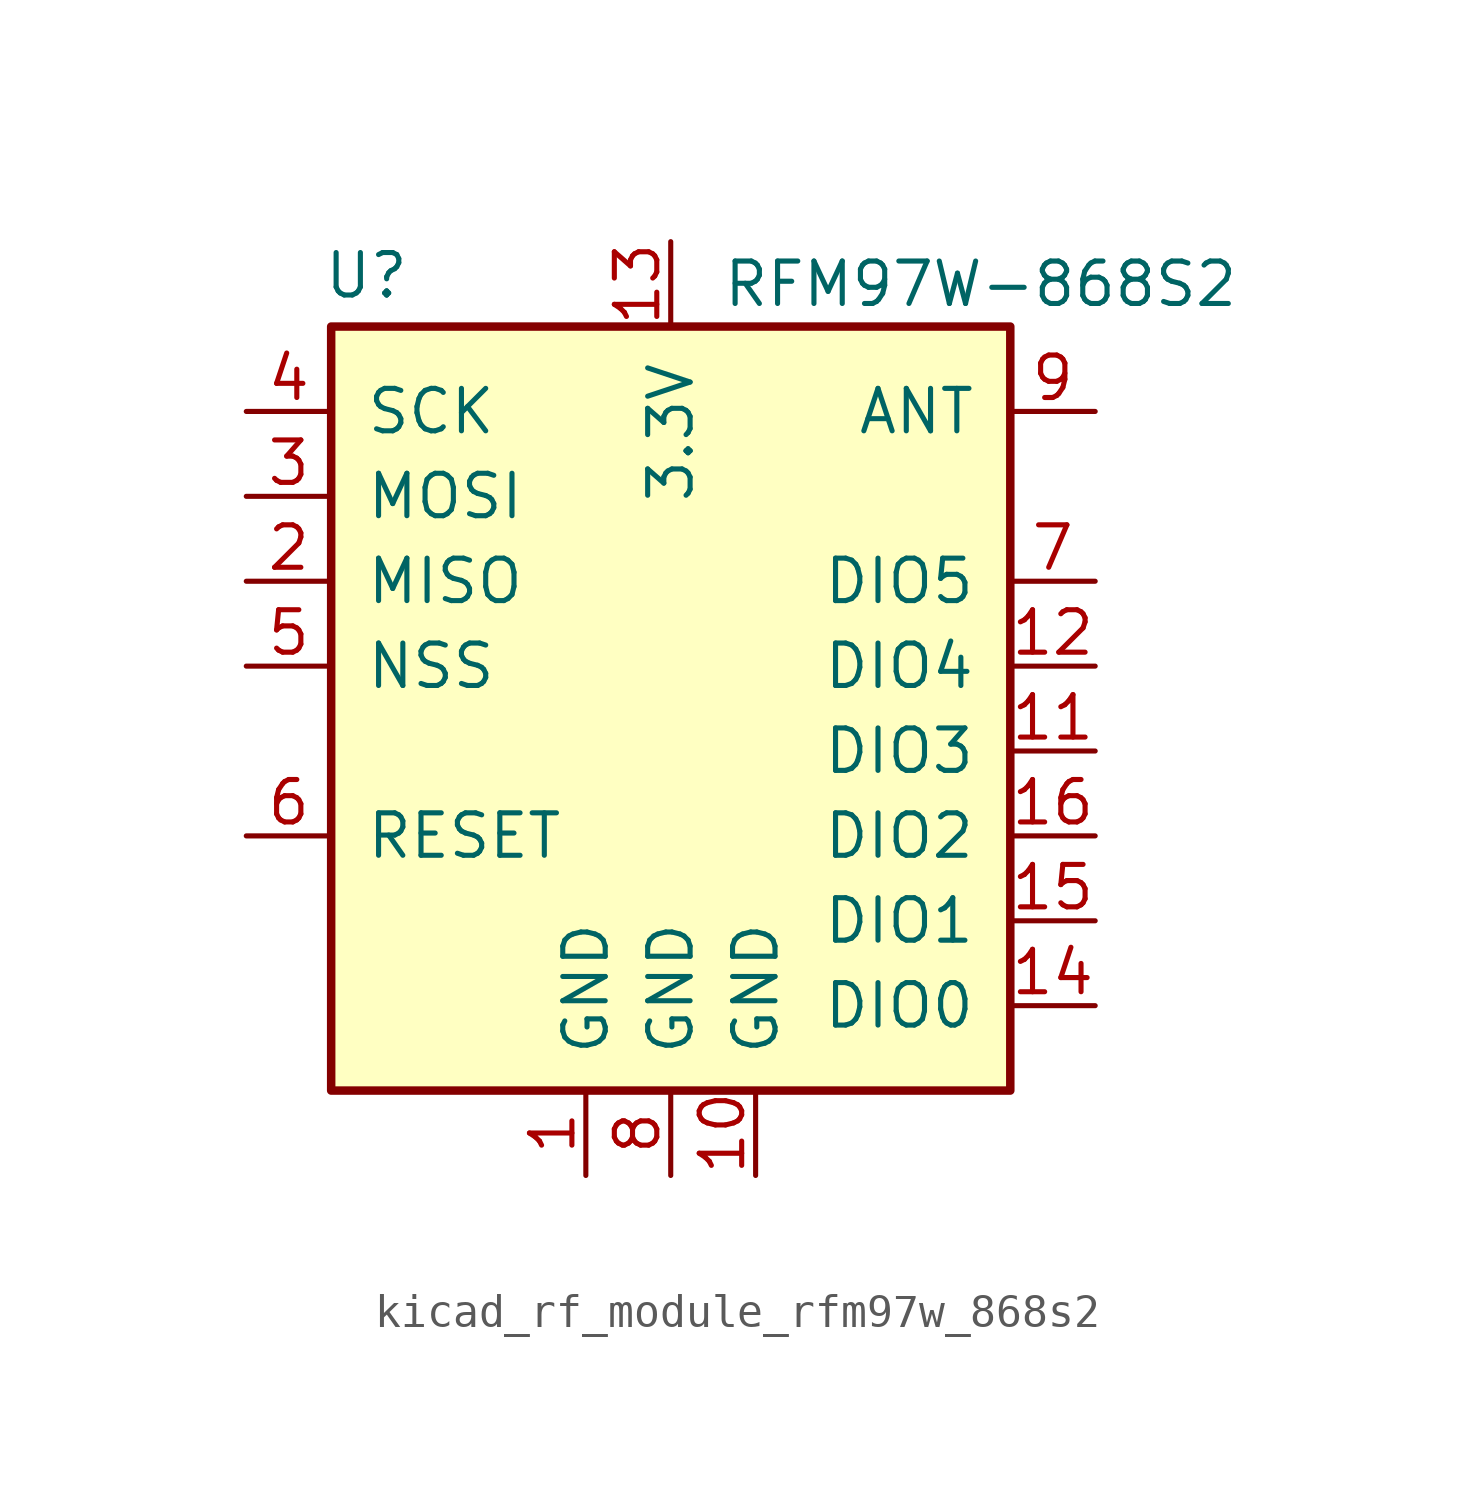
<source format=kicad_sym>
(kicad_symbol_lib
  (version 20220914)
  (generator kicad_symbol_editor)
  (symbol "kicad_rf_module_rfm97w_868s2"
    (pin_names
      (offset 1.016))
    (property "Reference" "U"
      (at -10.414 11.684 0)
      (effects (font (size 1.27 1.27)) (justify left)))
    (property "Value" "RFM97W-868S2"
      (at 1.524 11.43 0)
      (effects (font (size 1.27 1.27)) (justify left)))
    (symbol "kicad_rf_module_rfm97w_868s2_0_1"
      (rectangle (start -10.16 10.16) (end 10.16 -12.7) (stroke (width 0.254) (type default)) (fill (type background))))
    (symbol "kicad_rf_module_rfm97w_868s2_1_1"
      (pin power_in line (at -2.54 -15.24 90) (length 2.54) (name "GND" (effects (font (size 1.27 1.27)))) (number "1" (effects (font (size 1.27 1.27)))))
      (pin power_in line (at 2.54 -15.24 90) (length 2.54) (name "GND" (effects (font (size 1.27 1.27)))) (number "10" (effects (font (size 1.27 1.27)))))
      (pin bidirectional line (at 12.7 -2.54 180) (length 2.54) (name "DIO3" (effects (font (size 1.27 1.27)))) (number "11" (effects (font (size 1.27 1.27)))))
      (pin bidirectional line (at 12.7 0 180) (length 2.54) (name "DIO4" (effects (font (size 1.27 1.27)))) (number "12" (effects (font (size 1.27 1.27)))))
      (pin power_in line (at 0 12.7 270) (length 2.54) (name "3.3V" (effects (font (size 1.27 1.27)))) (number "13" (effects (font (size 1.27 1.27)))))
      (pin bidirectional line (at 12.7 -10.16 180) (length 2.54) (name "DIO0" (effects (font (size 1.27 1.27)))) (number "14" (effects (font (size 1.27 1.27)))))
      (pin bidirectional line (at 12.7 -7.62 180) (length 2.54) (name "DIO1" (effects (font (size 1.27 1.27)))) (number "15" (effects (font (size 1.27 1.27)))))
      (pin bidirectional line (at 12.7 -5.08 180) (length 2.54) (name "DIO2" (effects (font (size 1.27 1.27)))) (number "16" (effects (font (size 1.27 1.27)))))
      (pin output line (at -12.7 2.54 0) (length 2.54) (name "MISO" (effects (font (size 1.27 1.27)))) (number "2" (effects (font (size 1.27 1.27)))))
      (pin input line (at -12.7 5.08 0) (length 2.54) (name "MOSI" (effects (font (size 1.27 1.27)))) (number "3" (effects (font (size 1.27 1.27)))))
      (pin input line (at -12.7 7.62 0) (length 2.54) (name "SCK" (effects (font (size 1.27 1.27)))) (number "4" (effects (font (size 1.27 1.27)))))
      (pin input line (at -12.7 0 0) (length 2.54) (name "NSS" (effects (font (size 1.27 1.27)))) (number "5" (effects (font (size 1.27 1.27)))))
      (pin bidirectional line (at -12.7 -5.08 0) (length 2.54) (name "RESET" (effects (font (size 1.27 1.27)))) (number "6" (effects (font (size 1.27 1.27)))))
      (pin bidirectional line (at 12.7 2.54 180) (length 2.54) (name "DIO5" (effects (font (size 1.27 1.27)))) (number "7" (effects (font (size 1.27 1.27)))))
      (pin power_in line (at 0 -15.24 90) (length 2.54) (name "GND" (effects (font (size 1.27 1.27)))) (number "8" (effects (font (size 1.27 1.27)))))
      (pin bidirectional line (at 12.7 7.62 180) (length 2.54) (name "ANT" (effects (font (size 1.27 1.27)))) (number "9" (effects (font (size 1.27 1.27))))))))
</source>
